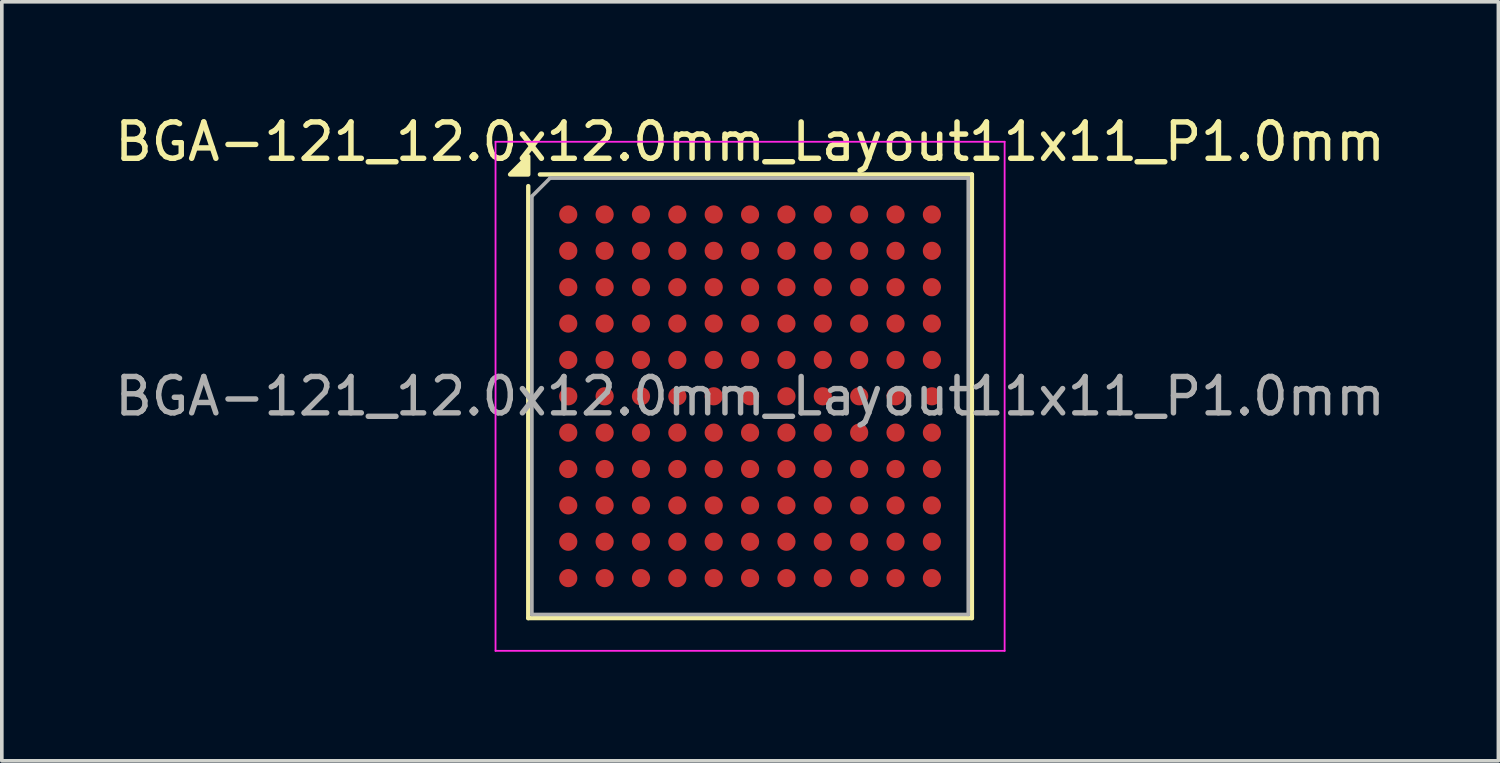
<source format=kicad_pcb>
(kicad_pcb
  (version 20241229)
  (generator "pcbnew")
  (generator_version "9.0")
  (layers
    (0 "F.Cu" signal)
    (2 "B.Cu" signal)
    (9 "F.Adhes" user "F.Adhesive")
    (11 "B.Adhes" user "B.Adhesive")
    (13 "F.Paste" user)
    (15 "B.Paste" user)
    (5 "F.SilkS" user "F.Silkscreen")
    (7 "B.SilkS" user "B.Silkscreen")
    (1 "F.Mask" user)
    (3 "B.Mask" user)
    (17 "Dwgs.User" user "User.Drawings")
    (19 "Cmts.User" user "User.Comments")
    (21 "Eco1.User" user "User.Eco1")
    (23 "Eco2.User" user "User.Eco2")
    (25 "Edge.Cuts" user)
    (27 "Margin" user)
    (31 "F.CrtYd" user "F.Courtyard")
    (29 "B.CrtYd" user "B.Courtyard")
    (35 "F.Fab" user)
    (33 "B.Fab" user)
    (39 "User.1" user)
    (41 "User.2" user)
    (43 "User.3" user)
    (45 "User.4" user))
  (footprint "BGA-121_12.0x12.0mm_Layout11x11_P1.0mm"
    (layer "F.Cu")
    (at 17.577 7.848)
    (property "Reference" "BGA-121_12.0x12.0mm_Layout11x11_P1.0mm" (at 0 -7 0) (layer "F.SilkS") (effects (font (size 1 1) (thickness 0.15))))
    (attr smd)
    (fp_line (start -6.1 -5.78) (end -6.1 6.1) (stroke (width 0.12) (type solid)) (layer "F.SilkS"))
    (fp_line (start -6.1 6.1) (end 6.1 6.1) (stroke (width 0.12) (type solid)) (layer "F.SilkS"))
    (fp_line (start 6.1 -6.1) (end -5.78 -6.1) (stroke (width 0.12) (type solid)) (layer "F.SilkS"))
    (fp_line (start 6.1 6.1) (end 6.1 -6.1) (stroke (width 0.12) (type solid)) (layer "F.SilkS"))
    (fp_poly (pts (xy -6.1 -6.1) (xy -6.6 -6.1) (xy -6.1 -6.6) (xy -6.1 -6.1)) (stroke (width 0.12) (type solid)) (fill yes) (layer "F.SilkS"))
    (fp_line (start -7 -7) (end -7 7) (stroke (width 0.05) (type solid)) (layer "F.CrtYd"))
    (fp_line (start -7 -7) (end 7 -7) (stroke (width 0.05) (type solid)) (layer "F.CrtYd"))
    (fp_line (start 7 7) (end -7 7) (stroke (width 0.05) (type solid)) (layer "F.CrtYd"))
    (fp_line (start 7 7) (end 7 -7) (stroke (width 0.05) (type solid)) (layer "F.CrtYd"))
    (fp_line (start -6 -5.5) (end -6 6) (stroke (width 0.1) (type solid)) (layer "F.Fab"))
    (fp_line (start -6 6) (end 6 6) (stroke (width 0.1) (type solid)) (layer "F.Fab"))
    (fp_line (start -5.5 -6) (end -6 -5.5) (stroke (width 0.1) (type solid)) (layer "F.Fab"))
    (fp_line (start 6 -6) (end -5.5 -6) (stroke (width 0.1) (type solid)) (layer "F.Fab"))
    (fp_line (start 6 6) (end 6 -6) (stroke (width 0.1) (type solid)) (layer "F.Fab"))
    (fp_text user "${REFERENCE}" (at 0 0 0) (layer "F.Fab") (effects (font (size 1 1) (thickness 0.15))))
    (pad "A1" smd circle (at -5 -5) (size 0.5 0.5) (property pad_prop_bga) (layers "F.Cu" "F.Mask" "F.Paste"))
    (pad "A2" smd circle (at -4 -5) (size 0.5 0.5) (property pad_prop_bga) (layers "F.Cu" "F.Mask" "F.Paste"))
    (pad "A3" smd circle (at -3 -5) (size 0.5 0.5) (property pad_prop_bga) (layers "F.Cu" "F.Mask" "F.Paste"))
    (pad "A4" smd circle (at -2 -5) (size 0.5 0.5) (property pad_prop_bga) (layers "F.Cu" "F.Mask" "F.Paste"))
    (pad "A5" smd circle (at -1 -5) (size 0.5 0.5) (property pad_prop_bga) (layers "F.Cu" "F.Mask" "F.Paste"))
    (pad "A6" smd circle (at 0 -5) (size 0.5 0.5) (property pad_prop_bga) (layers "F.Cu" "F.Mask" "F.Paste"))
    (pad "A7" smd circle (at 1 -5) (size 0.5 0.5) (property pad_prop_bga) (layers "F.Cu" "F.Mask" "F.Paste"))
    (pad "A8" smd circle (at 2 -5) (size 0.5 0.5) (property pad_prop_bga) (layers "F.Cu" "F.Mask" "F.Paste"))
    (pad "A9" smd circle (at 3 -5) (size 0.5 0.5) (property pad_prop_bga) (layers "F.Cu" "F.Mask" "F.Paste"))
    (pad "A10" smd circle (at 4 -5) (size 0.5 0.5) (property pad_prop_bga) (layers "F.Cu" "F.Mask" "F.Paste"))
    (pad "A11" smd circle (at 5 -5) (size 0.5 0.5) (property pad_prop_bga) (layers "F.Cu" "F.Mask" "F.Paste"))
    (pad "B1" smd circle (at -5 -4) (size 0.5 0.5) (property pad_prop_bga) (layers "F.Cu" "F.Mask" "F.Paste"))
    (pad "B2" smd circle (at -4 -4) (size 0.5 0.5) (property pad_prop_bga) (layers "F.Cu" "F.Mask" "F.Paste"))
    (pad "B3" smd circle (at -3 -4) (size 0.5 0.5) (property pad_prop_bga) (layers "F.Cu" "F.Mask" "F.Paste"))
    (pad "B4" smd circle (at -2 -4) (size 0.5 0.5) (property pad_prop_bga) (layers "F.Cu" "F.Mask" "F.Paste"))
    (pad "B5" smd circle (at -1 -4) (size 0.5 0.5) (property pad_prop_bga) (layers "F.Cu" "F.Mask" "F.Paste"))
    (pad "B6" smd circle (at 0 -4) (size 0.5 0.5) (property pad_prop_bga) (layers "F.Cu" "F.Mask" "F.Paste"))
    (pad "B7" smd circle (at 1 -4) (size 0.5 0.5) (property pad_prop_bga) (layers "F.Cu" "F.Mask" "F.Paste"))
    (pad "B8" smd circle (at 2 -4) (size 0.5 0.5) (property pad_prop_bga) (layers "F.Cu" "F.Mask" "F.Paste"))
    (pad "B9" smd circle (at 3 -4) (size 0.5 0.5) (property pad_prop_bga) (layers "F.Cu" "F.Mask" "F.Paste"))
    (pad "B10" smd circle (at 4 -4) (size 0.5 0.5) (property pad_prop_bga) (layers "F.Cu" "F.Mask" "F.Paste"))
    (pad "B11" smd circle (at 5 -4) (size 0.5 0.5) (property pad_prop_bga) (layers "F.Cu" "F.Mask" "F.Paste"))
    (pad "C1" smd circle (at -5 -3) (size 0.5 0.5) (property pad_prop_bga) (layers "F.Cu" "F.Mask" "F.Paste"))
    (pad "C2" smd circle (at -4 -3) (size 0.5 0.5) (property pad_prop_bga) (layers "F.Cu" "F.Mask" "F.Paste"))
    (pad "C3" smd circle (at -3 -3) (size 0.5 0.5) (property pad_prop_bga) (layers "F.Cu" "F.Mask" "F.Paste"))
    (pad "C4" smd circle (at -2 -3) (size 0.5 0.5) (property pad_prop_bga) (layers "F.Cu" "F.Mask" "F.Paste"))
    (pad "C5" smd circle (at -1 -3) (size 0.5 0.5) (property pad_prop_bga) (layers "F.Cu" "F.Mask" "F.Paste"))
    (pad "C6" smd circle (at 0 -3) (size 0.5 0.5) (property pad_prop_bga) (layers "F.Cu" "F.Mask" "F.Paste"))
    (pad "C7" smd circle (at 1 -3) (size 0.5 0.5) (property pad_prop_bga) (layers "F.Cu" "F.Mask" "F.Paste"))
    (pad "C8" smd circle (at 2 -3) (size 0.5 0.5) (property pad_prop_bga) (layers "F.Cu" "F.Mask" "F.Paste"))
    (pad "C9" smd circle (at 3 -3) (size 0.5 0.5) (property pad_prop_bga) (layers "F.Cu" "F.Mask" "F.Paste"))
    (pad "C10" smd circle (at 4 -3) (size 0.5 0.5) (property pad_prop_bga) (layers "F.Cu" "F.Mask" "F.Paste"))
    (pad "C11" smd circle (at 5 -3) (size 0.5 0.5) (property pad_prop_bga) (layers "F.Cu" "F.Mask" "F.Paste"))
    (pad "D1" smd circle (at -5 -2) (size 0.5 0.5) (property pad_prop_bga) (layers "F.Cu" "F.Mask" "F.Paste"))
    (pad "D2" smd circle (at -4 -2) (size 0.5 0.5) (property pad_prop_bga) (layers "F.Cu" "F.Mask" "F.Paste"))
    (pad "D3" smd circle (at -3 -2) (size 0.5 0.5) (property pad_prop_bga) (layers "F.Cu" "F.Mask" "F.Paste"))
    (pad "D4" smd circle (at -2 -2) (size 0.5 0.5) (property pad_prop_bga) (layers "F.Cu" "F.Mask" "F.Paste"))
    (pad "D5" smd circle (at -1 -2) (size 0.5 0.5) (property pad_prop_bga) (layers "F.Cu" "F.Mask" "F.Paste"))
    (pad "D6" smd circle (at 0 -2) (size 0.5 0.5) (property pad_prop_bga) (layers "F.Cu" "F.Mask" "F.Paste"))
    (pad "D7" smd circle (at 1 -2) (size 0.5 0.5) (property pad_prop_bga) (layers "F.Cu" "F.Mask" "F.Paste"))
    (pad "D8" smd circle (at 2 -2) (size 0.5 0.5) (property pad_prop_bga) (layers "F.Cu" "F.Mask" "F.Paste"))
    (pad "D9" smd circle (at 3 -2) (size 0.5 0.5) (property pad_prop_bga) (layers "F.Cu" "F.Mask" "F.Paste"))
    (pad "D10" smd circle (at 4 -2) (size 0.5 0.5) (property pad_prop_bga) (layers "F.Cu" "F.Mask" "F.Paste"))
    (pad "D11" smd circle (at 5 -2) (size 0.5 0.5) (property pad_prop_bga) (layers "F.Cu" "F.Mask" "F.Paste"))
    (pad "E1" smd circle (at -5 -1) (size 0.5 0.5) (property pad_prop_bga) (layers "F.Cu" "F.Mask" "F.Paste"))
    (pad "E2" smd circle (at -4 -1) (size 0.5 0.5) (property pad_prop_bga) (layers "F.Cu" "F.Mask" "F.Paste"))
    (pad "E3" smd circle (at -3 -1) (size 0.5 0.5) (property pad_prop_bga) (layers "F.Cu" "F.Mask" "F.Paste"))
    (pad "E4" smd circle (at -2 -1) (size 0.5 0.5) (property pad_prop_bga) (layers "F.Cu" "F.Mask" "F.Paste"))
    (pad "E5" smd circle (at -1 -1) (size 0.5 0.5) (property pad_prop_bga) (layers "F.Cu" "F.Mask" "F.Paste"))
    (pad "E6" smd circle (at 0 -1) (size 0.5 0.5) (property pad_prop_bga) (layers "F.Cu" "F.Mask" "F.Paste"))
    (pad "E7" smd circle (at 1 -1) (size 0.5 0.5) (property pad_prop_bga) (layers "F.Cu" "F.Mask" "F.Paste"))
    (pad "E8" smd circle (at 2 -1) (size 0.5 0.5) (property pad_prop_bga) (layers "F.Cu" "F.Mask" "F.Paste"))
    (pad "E9" smd circle (at 3 -1) (size 0.5 0.5) (property pad_prop_bga) (layers "F.Cu" "F.Mask" "F.Paste"))
    (pad "E10" smd circle (at 4 -1) (size 0.5 0.5) (property pad_prop_bga) (layers "F.Cu" "F.Mask" "F.Paste"))
    (pad "E11" smd circle (at 5 -1) (size 0.5 0.5) (property pad_prop_bga) (layers "F.Cu" "F.Mask" "F.Paste"))
    (pad "F1" smd circle (at -5 0) (size 0.5 0.5) (property pad_prop_bga) (layers "F.Cu" "F.Mask" "F.Paste"))
    (pad "F2" smd circle (at -4 0) (size 0.5 0.5) (property pad_prop_bga) (layers "F.Cu" "F.Mask" "F.Paste"))
    (pad "F3" smd circle (at -3 0) (size 0.5 0.5) (property pad_prop_bga) (layers "F.Cu" "F.Mask" "F.Paste"))
    (pad "F4" smd circle (at -2 0) (size 0.5 0.5) (property pad_prop_bga) (layers "F.Cu" "F.Mask" "F.Paste"))
    (pad "F5" smd circle (at -1 0) (size 0.5 0.5) (property pad_prop_bga) (layers "F.Cu" "F.Mask" "F.Paste"))
    (pad "F6" smd circle (at 0 0) (size 0.5 0.5) (property pad_prop_bga) (layers "F.Cu" "F.Mask" "F.Paste"))
    (pad "F7" smd circle (at 1 0) (size 0.5 0.5) (property pad_prop_bga) (layers "F.Cu" "F.Mask" "F.Paste"))
    (pad "F8" smd circle (at 2 0) (size 0.5 0.5) (property pad_prop_bga) (layers "F.Cu" "F.Mask" "F.Paste"))
    (pad "F9" smd circle (at 3 0) (size 0.5 0.5) (property pad_prop_bga) (layers "F.Cu" "F.Mask" "F.Paste"))
    (pad "F10" smd circle (at 4 0) (size 0.5 0.5) (property pad_prop_bga) (layers "F.Cu" "F.Mask" "F.Paste"))
    (pad "F11" smd circle (at 5 0) (size 0.5 0.5) (property pad_prop_bga) (layers "F.Cu" "F.Mask" "F.Paste"))
    (pad "G1" smd circle (at -5 1) (size 0.5 0.5) (property pad_prop_bga) (layers "F.Cu" "F.Mask" "F.Paste"))
    (pad "G2" smd circle (at -4 1) (size 0.5 0.5) (property pad_prop_bga) (layers "F.Cu" "F.Mask" "F.Paste"))
    (pad "G3" smd circle (at -3 1) (size 0.5 0.5) (property pad_prop_bga) (layers "F.Cu" "F.Mask" "F.Paste"))
    (pad "G4" smd circle (at -2 1) (size 0.5 0.5) (property pad_prop_bga) (layers "F.Cu" "F.Mask" "F.Paste"))
    (pad "G5" smd circle (at -1 1) (size 0.5 0.5) (property pad_prop_bga) (layers "F.Cu" "F.Mask" "F.Paste"))
    (pad "G6" smd circle (at 0 1) (size 0.5 0.5) (property pad_prop_bga) (layers "F.Cu" "F.Mask" "F.Paste"))
    (pad "G7" smd circle (at 1 1) (size 0.5 0.5) (property pad_prop_bga) (layers "F.Cu" "F.Mask" "F.Paste"))
    (pad "G8" smd circle (at 2 1) (size 0.5 0.5) (property pad_prop_bga) (layers "F.Cu" "F.Mask" "F.Paste"))
    (pad "G9" smd circle (at 3 1) (size 0.5 0.5) (property pad_prop_bga) (layers "F.Cu" "F.Mask" "F.Paste"))
    (pad "G10" smd circle (at 4 1) (size 0.5 0.5) (property pad_prop_bga) (layers "F.Cu" "F.Mask" "F.Paste"))
    (pad "G11" smd circle (at 5 1) (size 0.5 0.5) (property pad_prop_bga) (layers "F.Cu" "F.Mask" "F.Paste"))
    (pad "H1" smd circle (at -5 2) (size 0.5 0.5) (property pad_prop_bga) (layers "F.Cu" "F.Mask" "F.Paste"))
    (pad "H2" smd circle (at -4 2) (size 0.5 0.5) (property pad_prop_bga) (layers "F.Cu" "F.Mask" "F.Paste"))
    (pad "H3" smd circle (at -3 2) (size 0.5 0.5) (property pad_prop_bga) (layers "F.Cu" "F.Mask" "F.Paste"))
    (pad "H4" smd circle (at -2 2) (size 0.5 0.5) (property pad_prop_bga) (layers "F.Cu" "F.Mask" "F.Paste"))
    (pad "H5" smd circle (at -1 2) (size 0.5 0.5) (property pad_prop_bga) (layers "F.Cu" "F.Mask" "F.Paste"))
    (pad "H6" smd circle (at 0 2) (size 0.5 0.5) (property pad_prop_bga) (layers "F.Cu" "F.Mask" "F.Paste"))
    (pad "H7" smd circle (at 1 2) (size 0.5 0.5) (property pad_prop_bga) (layers "F.Cu" "F.Mask" "F.Paste"))
    (pad "H8" smd circle (at 2 2) (size 0.5 0.5) (property pad_prop_bga) (layers "F.Cu" "F.Mask" "F.Paste"))
    (pad "H9" smd circle (at 3 2) (size 0.5 0.5) (property pad_prop_bga) (layers "F.Cu" "F.Mask" "F.Paste"))
    (pad "H10" smd circle (at 4 2) (size 0.5 0.5) (property pad_prop_bga) (layers "F.Cu" "F.Mask" "F.Paste"))
    (pad "H11" smd circle (at 5 2) (size 0.5 0.5) (property pad_prop_bga) (layers "F.Cu" "F.Mask" "F.Paste"))
    (pad "J1" smd circle (at -5 3) (size 0.5 0.5) (property pad_prop_bga) (layers "F.Cu" "F.Mask" "F.Paste"))
    (pad "J2" smd circle (at -4 3) (size 0.5 0.5) (property pad_prop_bga) (layers "F.Cu" "F.Mask" "F.Paste"))
    (pad "J3" smd circle (at -3 3) (size 0.5 0.5) (property pad_prop_bga) (layers "F.Cu" "F.Mask" "F.Paste"))
    (pad "J4" smd circle (at -2 3) (size 0.5 0.5) (property pad_prop_bga) (layers "F.Cu" "F.Mask" "F.Paste"))
    (pad "J5" smd circle (at -1 3) (size 0.5 0.5) (property pad_prop_bga) (layers "F.Cu" "F.Mask" "F.Paste"))
    (pad "J6" smd circle (at 0 3) (size 0.5 0.5) (property pad_prop_bga) (layers "F.Cu" "F.Mask" "F.Paste"))
    (pad "J7" smd circle (at 1 3) (size 0.5 0.5) (property pad_prop_bga) (layers "F.Cu" "F.Mask" "F.Paste"))
    (pad "J8" smd circle (at 2 3) (size 0.5 0.5) (property pad_prop_bga) (layers "F.Cu" "F.Mask" "F.Paste"))
    (pad "J9" smd circle (at 3 3) (size 0.5 0.5) (property pad_prop_bga) (layers "F.Cu" "F.Mask" "F.Paste"))
    (pad "J10" smd circle (at 4 3) (size 0.5 0.5) (property pad_prop_bga) (layers "F.Cu" "F.Mask" "F.Paste"))
    (pad "J11" smd circle (at 5 3) (size 0.5 0.5) (property pad_prop_bga) (layers "F.Cu" "F.Mask" "F.Paste"))
    (pad "K1" smd circle (at -5 4) (size 0.5 0.5) (property pad_prop_bga) (layers "F.Cu" "F.Mask" "F.Paste"))
    (pad "K2" smd circle (at -4 4) (size 0.5 0.5) (property pad_prop_bga) (layers "F.Cu" "F.Mask" "F.Paste"))
    (pad "K3" smd circle (at -3 4) (size 0.5 0.5) (property pad_prop_bga) (layers "F.Cu" "F.Mask" "F.Paste"))
    (pad "K4" smd circle (at -2 4) (size 0.5 0.5) (property pad_prop_bga) (layers "F.Cu" "F.Mask" "F.Paste"))
    (pad "K5" smd circle (at -1 4) (size 0.5 0.5) (property pad_prop_bga) (layers "F.Cu" "F.Mask" "F.Paste"))
    (pad "K6" smd circle (at 0 4) (size 0.5 0.5) (property pad_prop_bga) (layers "F.Cu" "F.Mask" "F.Paste"))
    (pad "K7" smd circle (at 1 4) (size 0.5 0.5) (property pad_prop_bga) (layers "F.Cu" "F.Mask" "F.Paste"))
    (pad "K8" smd circle (at 2 4) (size 0.5 0.5) (property pad_prop_bga) (layers "F.Cu" "F.Mask" "F.Paste"))
    (pad "K9" smd circle (at 3 4) (size 0.5 0.5) (property pad_prop_bga) (layers "F.Cu" "F.Mask" "F.Paste"))
    (pad "K10" smd circle (at 4 4) (size 0.5 0.5) (property pad_prop_bga) (layers "F.Cu" "F.Mask" "F.Paste"))
    (pad "K11" smd circle (at 5 4) (size 0.5 0.5) (property pad_prop_bga) (layers "F.Cu" "F.Mask" "F.Paste"))
    (pad "L1" smd circle (at -5 5) (size 0.5 0.5) (property pad_prop_bga) (layers "F.Cu" "F.Mask" "F.Paste"))
    (pad "L2" smd circle (at -4 5) (size 0.5 0.5) (property pad_prop_bga) (layers "F.Cu" "F.Mask" "F.Paste"))
    (pad "L3" smd circle (at -3 5) (size 0.5 0.5) (property pad_prop_bga) (layers "F.Cu" "F.Mask" "F.Paste"))
    (pad "L4" smd circle (at -2 5) (size 0.5 0.5) (property pad_prop_bga) (layers "F.Cu" "F.Mask" "F.Paste"))
    (pad "L5" smd circle (at -1 5) (size 0.5 0.5) (property pad_prop_bga) (layers "F.Cu" "F.Mask" "F.Paste"))
    (pad "L6" smd circle (at 0 5) (size 0.5 0.5) (property pad_prop_bga) (layers "F.Cu" "F.Mask" "F.Paste"))
    (pad "L7" smd circle (at 1 5) (size 0.5 0.5) (property pad_prop_bga) (layers "F.Cu" "F.Mask" "F.Paste"))
    (pad "L8" smd circle (at 2 5) (size 0.5 0.5) (property pad_prop_bga) (layers "F.Cu" "F.Mask" "F.Paste"))
    (pad "L9" smd circle (at 3 5) (size 0.5 0.5) (property pad_prop_bga) (layers "F.Cu" "F.Mask" "F.Paste"))
    (pad "L10" smd circle (at 4 5) (size 0.5 0.5) (property pad_prop_bga) (layers "F.Cu" "F.Mask" "F.Paste"))
    (pad "L11" smd circle (at 5 5) (size 0.5 0.5) (property pad_prop_bga) (layers "F.Cu" "F.Mask" "F.Paste")))
  (gr_rect
    (start -3 -3)
    (end 38.155 17.873)
    (stroke (width 0.1) (type default))
    (fill no)
    (layer "Edge.Cuts")))
</source>
